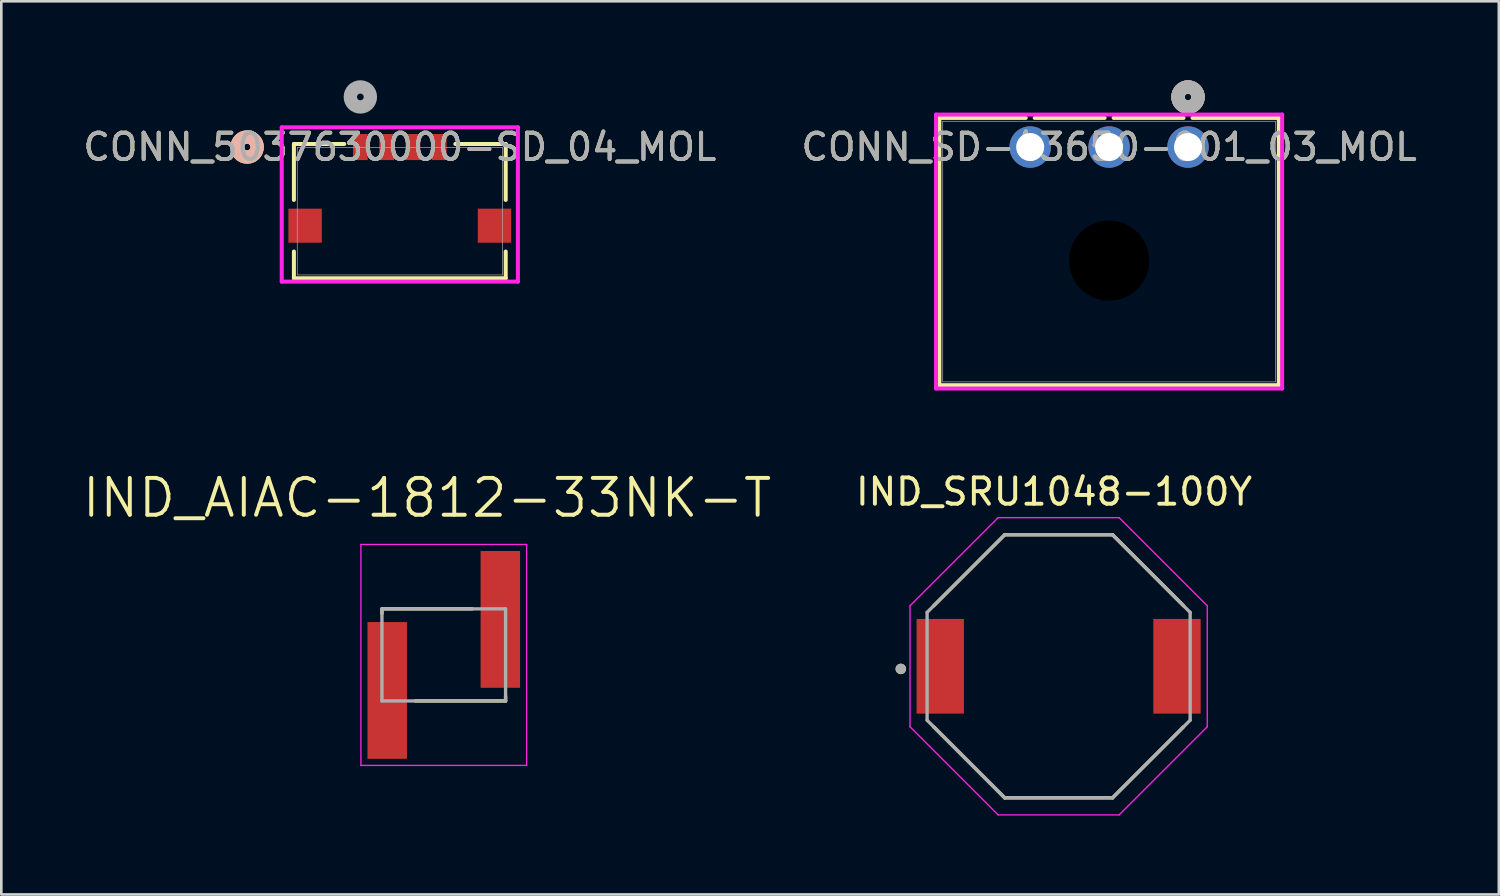
<source format=kicad_pcb>
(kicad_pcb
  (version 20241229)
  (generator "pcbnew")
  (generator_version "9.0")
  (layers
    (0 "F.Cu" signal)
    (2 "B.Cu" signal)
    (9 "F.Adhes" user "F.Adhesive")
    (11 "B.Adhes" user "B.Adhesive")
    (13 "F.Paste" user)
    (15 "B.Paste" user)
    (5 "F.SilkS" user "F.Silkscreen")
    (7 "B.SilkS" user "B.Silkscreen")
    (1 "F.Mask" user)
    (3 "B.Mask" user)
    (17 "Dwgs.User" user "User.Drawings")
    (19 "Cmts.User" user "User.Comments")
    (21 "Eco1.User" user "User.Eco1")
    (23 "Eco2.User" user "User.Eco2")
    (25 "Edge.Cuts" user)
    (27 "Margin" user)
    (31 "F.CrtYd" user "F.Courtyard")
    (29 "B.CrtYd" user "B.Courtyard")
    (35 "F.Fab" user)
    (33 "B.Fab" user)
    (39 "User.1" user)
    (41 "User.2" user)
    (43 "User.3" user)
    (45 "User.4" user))
  (footprint "IND_AIAC-1812-33NK-T"
    (layer "F.Cu")
    (at 13.82 21.847)
    (property "Reference" "IND_AIAC-1812-33NK-T" (at -0.635 -5.969 0) (layer "F.SilkS") (effects (font (size 1.4 1.4) (thickness 0.15))))
    (attr through_hole)
    (fp_line (start -2.35 -1.75) (end -2.35 -1.57) (stroke (width 0.127) (type solid)) (layer "F.SilkS"))
    (fp_line (start -2.35 -1.75) (end 1.08 -1.75) (stroke (width 0.127) (type solid)) (layer "F.SilkS"))
    (fp_line (start 2.35 1.75) (end -1.08 1.75) (stroke (width 0.127) (type solid)) (layer "F.SilkS"))
    (fp_line (start 2.35 1.75) (end 2.35 1.57) (stroke (width 0.127) (type solid)) (layer "F.SilkS"))
    (fp_line (start -3.15 -4.2) (end -3.15 4.2) (stroke (width 0.05) (type solid)) (layer "F.CrtYd"))
    (fp_line (start -3.15 4.2) (end 3.15 4.2) (stroke (width 0.05) (type solid)) (layer "F.CrtYd"))
    (fp_line (start 3.15 -4.2) (end -3.15 -4.2) (stroke (width 0.05) (type solid)) (layer "F.CrtYd"))
    (fp_line (start 3.15 4.2) (end 3.15 -4.2) (stroke (width 0.05) (type solid)) (layer "F.CrtYd"))
    (fp_line (start -2.35 -1.75) (end 2.35 -1.75) (stroke (width 0.127) (type solid)) (layer "F.Fab"))
    (fp_line (start -2.35 1.75) (end -2.35 -1.75) (stroke (width 0.127) (type solid)) (layer "F.Fab"))
    (fp_line (start 2.35 -1.75) (end 2.35 1.75) (stroke (width 0.127) (type solid)) (layer "F.Fab"))
    (fp_line (start 2.35 1.75) (end -2.35 1.75) (stroke (width 0.127) (type solid)) (layer "F.Fab"))
    (pad "1" smd rect (at -2.15 1.35) (size 1.5 5.2) (layers "F.Cu" "F.Mask" "F.Paste"))
    (pad "2" smd rect (at 2.15 -1.35) (size 1.5 5.2) (layers "F.Cu" "F.Mask" "F.Paste")))
  (footprint "IND_SRU1048-100Y"
    (layer "F.Cu")
    (at 37.194 22.279)
    (property "Reference" "IND_SRU1048-100Y" (at -0.175 -6.635 0) (layer "F.SilkS") (effects (font (size 1 1) (thickness 0.15))))
    (attr smd)
    (fp_line (start -4.75 -2.3) (end -2.05 -5) (stroke (width 0.127) (type solid)) (layer "F.SilkS"))
    (fp_line (start -2.05 -5) (end 2.05 -5) (stroke (width 0.127) (type solid)) (layer "F.SilkS"))
    (fp_line (start -2.05 5) (end -4.75 2.3) (stroke (width 0.127) (type solid)) (layer "F.SilkS"))
    (fp_line (start 2.05 -5) (end 4.75 -2.3) (stroke (width 0.127) (type solid)) (layer "F.SilkS"))
    (fp_line (start 2.05 5) (end -2.05 5) (stroke (width 0.127) (type solid)) (layer "F.SilkS"))
    (fp_line (start 4.75 2.3) (end 2.05 5) (stroke (width 0.127) (type solid)) (layer "F.SilkS"))
    (fp_circle (center -6 0.1) (end -5.9 0.1) (stroke (width 0.2) (type solid)) (fill no) (layer "F.SilkS"))
    (fp_line (start -5.65 -2.3) (end -2.3 -5.65) (stroke (width 0.05) (type solid)) (layer "F.CrtYd"))
    (fp_line (start -5.65 2.3) (end -5.65 -2.3) (stroke (width 0.05) (type solid)) (layer "F.CrtYd"))
    (fp_line (start -2.3 -5.65) (end 2.3 -5.65) (stroke (width 0.05) (type solid)) (layer "F.CrtYd"))
    (fp_line (start -2.3 5.65) (end -5.65 2.3) (stroke (width 0.05) (type solid)) (layer "F.CrtYd"))
    (fp_line (start 2.3 -5.65) (end 5.65 -2.3) (stroke (width 0.05) (type solid)) (layer "F.CrtYd"))
    (fp_line (start 2.3 5.65) (end -2.3 5.65) (stroke (width 0.05) (type solid)) (layer "F.CrtYd"))
    (fp_line (start 5.65 -2.3) (end 5.65 2.3) (stroke (width 0.05) (type solid)) (layer "F.CrtYd"))
    (fp_line (start 5.65 2.3) (end 2.3 5.65) (stroke (width 0.05) (type solid)) (layer "F.CrtYd"))
    (fp_line (start -5 -2.05) (end -2.05 -5) (stroke (width 0.127) (type solid)) (layer "F.Fab"))
    (fp_line (start -5 2.05) (end -5 -2.05) (stroke (width 0.127) (type solid)) (layer "F.Fab"))
    (fp_line (start -2.05 -5) (end 2.05 -5) (stroke (width 0.127) (type solid)) (layer "F.Fab"))
    (fp_line (start -2.05 5) (end -5 2.05) (stroke (width 0.127) (type solid)) (layer "F.Fab"))
    (fp_line (start 2.05 -5) (end 5 -2.05) (stroke (width 0.127) (type solid)) (layer "F.Fab"))
    (fp_line (start 2.05 5) (end -2.05 5) (stroke (width 0.127) (type solid)) (layer "F.Fab"))
    (fp_line (start 5 -2.05) (end 5 2.05) (stroke (width 0.127) (type solid)) (layer "F.Fab"))
    (fp_line (start 5 2.05) (end 2.05 5) (stroke (width 0.127) (type solid)) (layer "F.Fab"))
    (fp_circle (center -6 0.1) (end -5.9 0.1) (stroke (width 0.2) (type solid)) (fill no) (layer "F.Fab"))
    (pad "1" smd rect (at -4.5 0) (size 1.8 3.6) (layers "F.Cu" "F.Mask" "F.Paste"))
    (pad "2" smd rect (at 4.5 0) (size 1.8 3.6) (layers "F.Cu" "F.Mask" "F.Paste")))
  (footprint "CONN_SD-43650-001_03_MOL"
    (layer "F.Cu")
    (at 42.113 2.54)
    (property "Reference" "CONN_SD-43650-001_03_MOL" (at -3 0 0) (unlocked yes) (layer "F.SilkS") (effects (font (size 1 1) (thickness 0.15))))
    (attr through_hole)
    (fp_line (start -9.452 -1.107) (end -9.452 9.053) (stroke (width 0.152) (type solid)) (layer "F.SilkS"))
    (fp_line (start -9.452 9.053) (end 3.452 9.053) (stroke (width 0.152) (type solid)) (layer "F.SilkS"))
    (fp_line (start -6.171 -1.107) (end -9.452 -1.107) (stroke (width 0.152) (type solid)) (layer "F.SilkS"))
    (fp_line (start -3.171 -1.107) (end -5.829 -1.107) (stroke (width 0.152) (type solid)) (layer "F.SilkS"))
    (fp_line (start -0.171 -1.107) (end -2.829 -1.107) (stroke (width 0.152) (type solid)) (layer "F.SilkS"))
    (fp_line (start 3.452 -1.107) (end 0.171 -1.107) (stroke (width 0.152) (type solid)) (layer "F.SilkS"))
    (fp_line (start 3.452 9.053) (end 3.452 -1.107) (stroke (width 0.152) (type solid)) (layer "F.SilkS"))
    (fp_circle (center 0 -1.9) (end 0.381 -1.9) (stroke (width 0.508) (type solid)) (fill no) (layer "F.SilkS"))
    (fp_circle (center 0 -1.9) (end 0.381 -1.9) (stroke (width 0.508) (type solid)) (fill no) (layer "B.SilkS"))
    (fp_line (start -9.579 -1.234) (end -9.579 9.18) (stroke (width 0.152) (type solid)) (layer "F.CrtYd"))
    (fp_line (start -9.579 9.18) (end 3.579 9.18) (stroke (width 0.152) (type solid)) (layer "F.CrtYd"))
    (fp_line (start 3.579 -1.234) (end -9.579 -1.234) (stroke (width 0.152) (type solid)) (layer "F.CrtYd"))
    (fp_line (start 3.579 9.18) (end 3.579 -1.234) (stroke (width 0.152) (type solid)) (layer "F.CrtYd"))
    (fp_line (start -9.325 -0.98) (end -9.325 8.926) (stroke (width 0.025) (type solid)) (layer "F.Fab"))
    (fp_line (start -9.325 8.926) (end 3.325 8.926) (stroke (width 0.025) (type solid)) (layer "F.Fab"))
    (fp_line (start 3.325 -0.98) (end -9.325 -0.98) (stroke (width 0.025) (type solid)) (layer "F.Fab"))
    (fp_line (start 3.325 8.926) (end 3.325 -0.98) (stroke (width 0.025) (type solid)) (layer "F.Fab"))
    (fp_circle (center 0 -1.905) (end 0.381 -1.905) (stroke (width 0.508) (type solid)) (fill no) (layer "F.Fab"))
    (fp_text user "${REFERENCE}" (at -3 0 0) (unlocked yes) (layer "F.Fab") (effects (font (size 1 1) (thickness 0.15))))
    (pad "" np_thru_hole circle (at -3 4.32) (size 3.048 3.048) (drill 3.048) (layers))
    (pad "1" thru_hole circle (at 0 0) (size 1.575 1.575) (drill 1.067) (layers "*.Cu" "*.Mask"))
    (pad "2" thru_hole circle (at -3 0) (size 1.575 1.575) (drill 1.067) (layers "*.Cu" "*.Mask"))
    (pad "3" thru_hole circle (at -6 0) (size 1.575 1.575) (drill 1.067) (layers "*.Cu" "*.Mask")))
  (footprint "CONN_5037630000-SD_04_MOL"
    (layer "F.Cu")
    (at 12.149 4.976)
    (property "Reference" "CONN_5037630000-SD_04_MOL" (at 0 -2.436 0) (unlocked yes) (layer "F.SilkS") (effects (font (size 1 1) (thickness 0.15))))
    (attr smd)
    (fp_line (start -4.026 -2.553) (end -4.026 -0.426) (stroke (width 0.152) (type solid)) (layer "F.SilkS"))
    (fp_line (start -4.026 1.535) (end -4.026 2.553) (stroke (width 0.152) (type solid)) (layer "F.SilkS"))
    (fp_line (start -4.026 2.553) (end 4.026 2.553) (stroke (width 0.152) (type solid)) (layer "F.SilkS"))
    (fp_line (start -2.112 -2.553) (end -4.026 -2.553) (stroke (width 0.152) (type solid)) (layer "F.SilkS"))
    (fp_line (start 4.026 -2.553) (end 2.112 -2.553) (stroke (width 0.152) (type solid)) (layer "F.SilkS"))
    (fp_line (start 4.026 -0.426) (end 4.026 -2.553) (stroke (width 0.152) (type solid)) (layer "F.SilkS"))
    (fp_line (start 4.026 2.553) (end 4.026 1.535) (stroke (width 0.152) (type solid)) (layer "F.SilkS"))
    (fp_circle (center -5.804 -2.436) (end -5.423 -2.436) (stroke (width 0.508) (type solid)) (fill no) (layer "F.SilkS"))
    (fp_circle (center -5.804 -2.436) (end -5.423 -2.436) (stroke (width 0.508) (type solid)) (fill no) (layer "B.SilkS"))
    (fp_line (start -4.489 -3.185) (end -4.489 2.68) (stroke (width 0.152) (type solid)) (layer "F.CrtYd"))
    (fp_line (start -4.489 2.68) (end 4.489 2.68) (stroke (width 0.152) (type solid)) (layer "F.CrtYd"))
    (fp_line (start 4.489 -3.185) (end -4.489 -3.185) (stroke (width 0.152) (type solid)) (layer "F.CrtYd"))
    (fp_line (start 4.489 2.68) (end 4.489 -3.185) (stroke (width 0.152) (type solid)) (layer "F.CrtYd"))
    (fp_line (start -3.899 -2.426) (end -3.899 2.426) (stroke (width 0.025) (type solid)) (layer "F.Fab"))
    (fp_line (start -3.899 2.426) (end 3.899 2.426) (stroke (width 0.025) (type solid)) (layer "F.Fab"))
    (fp_line (start 3.899 -2.426) (end -3.899 -2.426) (stroke (width 0.025) (type solid)) (layer "F.Fab"))
    (fp_line (start 3.899 2.426) (end 3.899 -2.426) (stroke (width 0.025) (type solid)) (layer "F.Fab"))
    (fp_circle (center -1.5 -4.341) (end -1.119 -4.341) (stroke (width 0.508) (type solid)) (fill no) (layer "F.Fab"))
    (fp_text user "${REFERENCE}" (at 0 -2.436 0) (unlocked yes) (layer "F.Fab") (effects (font (size 1 1) (thickness 0.15))))
    (pad "1" smd rect (at -1.5 -2.436) (size 0.559 0.991) (layers "F.Cu" "F.Mask" "F.Paste"))
    (pad "2" smd rect (at -0.5 -2.436) (size 0.559 0.991) (layers "F.Cu" "F.Mask" "F.Paste"))
    (pad "3" smd rect (at 0.5 -2.436) (size 0.559 0.991) (layers "F.Cu" "F.Mask" "F.Paste"))
    (pad "4" smd rect (at 1.5 -2.436) (size 0.559 0.991) (layers "F.Cu" "F.Mask" "F.Paste"))
    (pad "5" smd rect (at -3.6 0.554) (size 1.27 1.295) (layers "F.Cu" "F.Mask" "F.Paste"))
    (pad "6" smd rect (at 3.6 0.554) (size 1.27 1.295) (layers "F.Cu" "F.Mask" "F.Paste")))
  (gr_rect
    (start -3 -3)
    (end 53.929 30.954)
    (stroke (width 0.1) (type default))
    (fill no)
    (layer "Edge.Cuts")))
</source>
